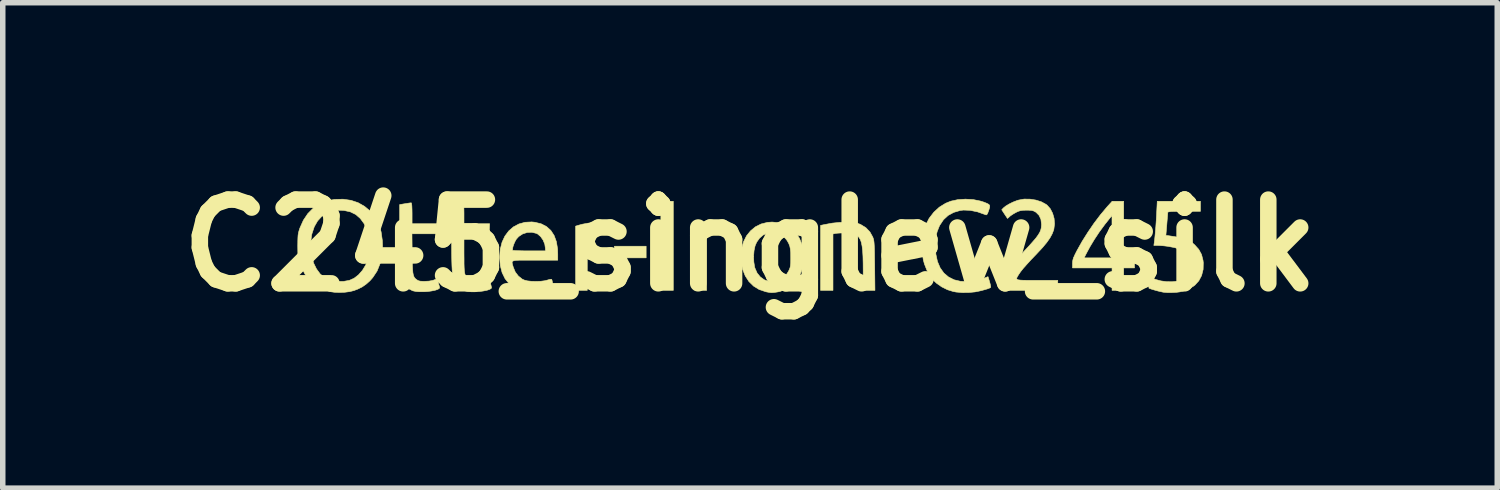
<source format=kicad_pcb>
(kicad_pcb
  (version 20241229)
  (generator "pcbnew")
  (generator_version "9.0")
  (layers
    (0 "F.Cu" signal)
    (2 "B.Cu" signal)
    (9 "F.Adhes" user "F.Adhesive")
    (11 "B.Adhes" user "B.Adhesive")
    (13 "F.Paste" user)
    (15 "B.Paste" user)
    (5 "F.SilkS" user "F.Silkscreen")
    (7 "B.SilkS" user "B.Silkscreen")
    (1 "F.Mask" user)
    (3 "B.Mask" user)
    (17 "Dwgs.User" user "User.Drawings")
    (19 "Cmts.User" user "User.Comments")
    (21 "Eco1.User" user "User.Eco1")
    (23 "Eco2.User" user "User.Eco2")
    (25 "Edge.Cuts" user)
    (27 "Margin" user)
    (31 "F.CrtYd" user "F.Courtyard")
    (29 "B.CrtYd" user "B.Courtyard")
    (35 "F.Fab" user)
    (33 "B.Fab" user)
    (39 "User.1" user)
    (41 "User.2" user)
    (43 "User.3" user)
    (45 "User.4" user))
  (footprint "C245_singlew_silk"
    (layer "F.Cu")
    (at 10.603 1.418)
    (property "Reference" "C245_singlew_silk" (at 0 0 0) (layer "F.SilkS") (effects (font (size 1.524 1.524) (thickness 0.3))))
    (attr through_hole)
    (fp_poly (pts (xy -1.891 0.226) (xy -2.469 0.226) (xy -2.469 0.014) (xy -1.891 0.014) (xy -1.891 0.226)) (stroke (width 0.01) (type solid)) (fill yes) (layer "F.SilkS"))
    (fp_poly (pts (xy -1.397 0.818) (xy -1.623 0.818) (xy -1.623 -0.804) (xy -1.397 -0.804) (xy -1.397 0.818)) (stroke (width 0.01) (type solid)) (fill yes) (layer "F.SilkS"))
    (fp_poly (pts (xy -0.478 -0.419) (xy -0.39 -0.407) (xy -0.344 -0.396) (xy -0.32 -0.385) (xy -0.316 -0.371) (xy -0.316 -0.368) (xy -0.323 -0.339) (xy -0.331 -0.299) (xy -0.332 -0.296) (xy -0.343 -0.242) (xy -0.352 -0.213) (xy -0.361 -0.203) (xy -0.366 -0.204) (xy -0.384 -0.209) (xy -0.423 -0.217) (xy -0.474 -0.226) (xy -0.48 -0.227) (xy -0.558 -0.235) (xy -0.629 -0.233) (xy -0.687 -0.225) (xy -0.79 -0.208) (xy -0.79 0.818) (xy -1.002 0.818) (xy -1.002 -0.351) (xy -0.955 -0.366) (xy -0.845 -0.394) (xy -0.722 -0.413) (xy -0.596 -0.422) (xy -0.478 -0.419)) (stroke (width 0.01) (type solid)) (fill yes) (layer "F.SilkS"))
    (fp_poly (pts (xy -2.694 -0.421) (xy -2.632 -0.416) (xy -2.574 -0.409) (xy -2.525 -0.4) (xy -2.494 -0.39) (xy -2.484 -0.383) (xy -2.489 -0.35) (xy -2.498 -0.308) (xy -2.509 -0.265) (xy -2.52 -0.23) (xy -2.528 -0.211) (xy -2.53 -0.21) (xy -2.548 -0.212) (xy -2.586 -0.217) (xy -2.636 -0.225) (xy -2.64 -0.226) (xy -2.71 -0.235) (xy -2.774 -0.235) (xy -2.849 -0.226) (xy -2.852 -0.226) (xy -2.963 -0.208) (xy -2.963 0.818) (xy -3.175 0.818) (xy -3.175 -0.351) (xy -3.129 -0.366) (xy -3.051 -0.387) (xy -2.958 -0.404) (xy -2.86 -0.417) (xy -2.771 -0.423) (xy -2.753 -0.423) (xy -2.694 -0.421)) (stroke (width 0.01) (type solid)) (fill yes) (layer "F.SilkS"))
    (fp_poly (pts (xy 6.802 0.226) (xy 6.999 0.226) (xy 6.999 0.409) (xy 6.802 0.409) (xy 6.802 0.818) (xy 6.59 0.818) (xy 6.59 0.409) (xy 5.87 0.409) (xy 5.87 0.329) (xy 5.872 0.293) (xy 5.878 0.259) (xy 5.889 0.226) (xy 6.081 0.226) (xy 6.59 0.226) (xy 6.589 -0.159) (xy 6.589 -0.543) (xy 6.553 -0.501) (xy 6.458 -0.382) (xy 6.361 -0.25) (xy 6.269 -0.111) (xy 6.187 0.025) (xy 6.126 0.138) (xy 6.081 0.226) (xy 5.889 0.226) (xy 5.89 0.222) (xy 5.911 0.174) (xy 5.943 0.11) (xy 5.956 0.086) (xy 6.046 -0.075) (xy 6.15 -0.24) (xy 6.262 -0.404) (xy 6.378 -0.557) (xy 6.491 -0.692) (xy 6.512 -0.716) (xy 6.592 -0.804) (xy 6.802 -0.804) (xy 6.802 0.226)) (stroke (width 0.01) (type solid)) (fill yes) (layer "F.SilkS"))
    (fp_poly (pts (xy 1.784 -0.421) (xy 1.859 -0.417) (xy 1.915 -0.412) (xy 1.959 -0.402) (xy 1.999 -0.388) (xy 2.018 -0.379) (xy 2.11 -0.322) (xy 2.183 -0.245) (xy 2.233 -0.155) (xy 2.242 -0.132) (xy 2.249 -0.109) (xy 2.254 -0.082) (xy 2.258 -0.047) (xy 2.261 -0.002) (xy 2.264 0.057) (xy 2.266 0.133) (xy 2.267 0.231) (xy 2.269 0.353) (xy 2.269 0.37) (xy 2.274 0.818) (xy 2.06 0.818) (xy 2.06 0.476) (xy 2.059 0.325) (xy 2.056 0.199) (xy 2.05 0.096) (xy 2.04 0.013) (xy 2.027 -0.053) (xy 2.009 -0.104) (xy 1.986 -0.143) (xy 1.957 -0.173) (xy 1.922 -0.196) (xy 1.916 -0.199) (xy 1.881 -0.214) (xy 1.844 -0.223) (xy 1.796 -0.228) (xy 1.728 -0.228) (xy 1.723 -0.228) (xy 1.659 -0.227) (xy 1.602 -0.224) (xy 1.561 -0.22) (xy 1.549 -0.218) (xy 1.51 -0.209) (xy 1.51 0.818) (xy 1.284 0.818) (xy 1.284 -0.365) (xy 1.355 -0.38) (xy 1.495 -0.406) (xy 1.623 -0.419) (xy 1.752 -0.422) (xy 1.784 -0.421)) (stroke (width 0.01) (type solid)) (fill yes) (layer "F.SilkS"))
    (fp_poly (pts (xy -6.161 -0.762) (xy -6.156 -0.721) (xy -6.153 -0.653) (xy -6.152 -0.586) (xy -6.152 -0.395) (xy -5.701 -0.395) (xy -5.701 -0.212) (xy -6.154 -0.212) (xy -6.15 0.152) (xy -6.148 0.271) (xy -6.146 0.366) (xy -6.142 0.44) (xy -6.137 0.496) (xy -6.129 0.537) (xy -6.118 0.568) (xy -6.104 0.591) (xy -6.085 0.61) (xy -6.064 0.626) (xy -6.038 0.641) (xy -6.005 0.65) (xy -5.957 0.653) (xy -5.916 0.653) (xy -5.843 0.649) (xy -5.782 0.638) (xy -5.754 0.629) (xy -5.72 0.615) (xy -5.698 0.607) (xy -5.696 0.607) (xy -5.69 0.619) (xy -5.68 0.651) (xy -5.674 0.674) (xy -5.663 0.718) (xy -5.653 0.754) (xy -5.65 0.764) (xy -5.658 0.784) (xy -5.688 0.801) (xy -5.737 0.817) (xy -5.799 0.829) (xy -5.87 0.839) (xy -5.944 0.843) (xy -6.016 0.843) (xy -6.082 0.838) (xy -6.137 0.826) (xy -6.139 0.826) (xy -6.218 0.786) (xy -6.282 0.723) (xy -6.33 0.639) (xy -6.361 0.536) (xy -6.363 0.52) (xy -6.367 0.485) (xy -6.37 0.425) (xy -6.373 0.342) (xy -6.375 0.242) (xy -6.377 0.125) (xy -6.378 -0.003) (xy -6.378 -0.141) (xy -6.378 -0.157) (xy -6.378 -0.744) (xy -6.28 -0.76) (xy -6.229 -0.768) (xy -6.189 -0.774) (xy -6.168 -0.776) (xy -6.167 -0.776) (xy -6.161 -0.762)) (stroke (width 0.01) (type solid)) (fill yes) (layer "F.SilkS"))
    (fp_poly (pts (xy -5.215 -0.762) (xy -5.21 -0.721) (xy -5.208 -0.653) (xy -5.207 -0.586) (xy -5.207 -0.395) (xy -4.74 -0.395) (xy -4.744 -0.307) (xy -4.748 -0.219) (xy -4.978 -0.215) (xy -5.207 -0.211) (xy -5.207 0.138) (xy -5.206 0.248) (xy -5.206 0.334) (xy -5.204 0.4) (xy -5.201 0.449) (xy -5.197 0.485) (xy -5.192 0.512) (xy -5.185 0.534) (xy -5.18 0.546) (xy -5.151 0.596) (xy -5.116 0.628) (xy -5.067 0.646) (xy -5 0.653) (xy -4.969 0.653) (xy -4.897 0.649) (xy -4.837 0.638) (xy -4.809 0.629) (xy -4.775 0.615) (xy -4.753 0.607) (xy -4.751 0.607) (xy -4.744 0.619) (xy -4.734 0.651) (xy -4.728 0.674) (xy -4.717 0.718) (xy -4.708 0.754) (xy -4.705 0.764) (xy -4.712 0.783) (xy -4.743 0.801) (xy -4.792 0.817) (xy -4.854 0.829) (xy -4.924 0.839) (xy -4.998 0.843) (xy -5.07 0.844) (xy -5.135 0.838) (xy -5.189 0.827) (xy -5.191 0.826) (xy -5.261 0.791) (xy -5.324 0.736) (xy -5.374 0.668) (xy -5.377 0.661) (xy -5.39 0.633) (xy -5.401 0.6) (xy -5.41 0.559) (xy -5.417 0.509) (xy -5.422 0.447) (xy -5.426 0.37) (xy -5.429 0.275) (xy -5.431 0.16) (xy -5.432 0.022) (xy -5.433 -0.141) (xy -5.433 -0.157) (xy -5.433 -0.744) (xy -5.335 -0.76) (xy -5.284 -0.768) (xy -5.244 -0.774) (xy -5.222 -0.776) (xy -5.222 -0.776) (xy -5.215 -0.762)) (stroke (width 0.01) (type solid)) (fill yes) (layer "F.SilkS"))
    (fp_poly (pts (xy 0.53 -0.414) (xy 0.646 -0.377) (xy 0.747 -0.316) (xy 0.833 -0.233) (xy 0.9 -0.129) (xy 0.945 -0.018) (xy 0.962 0.06) (xy 0.972 0.155) (xy 0.973 0.254) (xy 0.967 0.347) (xy 0.954 0.416) (xy 0.908 0.54) (xy 0.842 0.646) (xy 0.758 0.732) (xy 0.657 0.797) (xy 0.541 0.839) (xy 0.498 0.847) (xy 0.439 0.856) (xy 0.395 0.859) (xy 0.351 0.855) (xy 0.297 0.845) (xy 0.282 0.841) (xy 0.166 0.802) (xy 0.065 0.74) (xy -0.02 0.657) (xy -0.087 0.554) (xy -0.135 0.434) (xy -0.157 0.328) (xy -0.165 0.197) (xy 0.065 0.197) (xy 0.069 0.3) (xy 0.084 0.393) (xy 0.089 0.411) (xy 0.129 0.502) (xy 0.188 0.574) (xy 0.261 0.626) (xy 0.346 0.656) (xy 0.437 0.661) (xy 0.509 0.647) (xy 0.585 0.61) (xy 0.651 0.548) (xy 0.701 0.469) (xy 0.718 0.432) (xy 0.73 0.399) (xy 0.736 0.364) (xy 0.74 0.318) (xy 0.741 0.254) (xy 0.741 0.219) (xy 0.74 0.132) (xy 0.734 0.066) (xy 0.724 0.014) (xy 0.706 -0.033) (xy 0.679 -0.082) (xy 0.665 -0.103) (xy 0.609 -0.165) (xy 0.535 -0.209) (xy 0.451 -0.233) (xy 0.363 -0.234) (xy 0.314 -0.225) (xy 0.24 -0.19) (xy 0.174 -0.134) (xy 0.121 -0.06) (xy 0.092 0.007) (xy 0.073 0.095) (xy 0.065 0.197) (xy -0.165 0.197) (xy -0.166 0.185) (xy -0.152 0.052) (xy -0.117 -0.069) (xy -0.063 -0.176) (xy 0.01 -0.266) (xy 0.098 -0.339) (xy 0.202 -0.391) (xy 0.318 -0.42) (xy 0.402 -0.426) (xy 0.53 -0.414)) (stroke (width 0.01) (type solid)) (fill yes) (layer "F.SilkS"))
    (fp_poly (pts (xy 4.063 -0.835) (xy 4.198 -0.807) (xy 4.255 -0.789) (xy 4.313 -0.766) (xy 4.348 -0.747) (xy 4.363 -0.726) (xy 4.363 -0.697) (xy 4.35 -0.653) (xy 4.345 -0.638) (xy 4.327 -0.589) (xy 4.313 -0.564) (xy 4.299 -0.556) (xy 4.292 -0.558) (xy 4.143 -0.611) (xy 4.008 -0.639) (xy 3.886 -0.644) (xy 3.828 -0.637) (xy 3.708 -0.602) (xy 3.605 -0.546) (xy 3.521 -0.468) (xy 3.455 -0.369) (xy 3.444 -0.347) (xy 3.406 -0.251) (xy 3.383 -0.152) (xy 3.373 -0.041) (xy 3.373 0.006) (xy 3.383 0.159) (xy 3.412 0.293) (xy 3.461 0.408) (xy 3.528 0.502) (xy 3.613 0.574) (xy 3.714 0.625) (xy 3.832 0.653) (xy 3.966 0.658) (xy 4.035 0.652) (xy 4.105 0.641) (xy 4.177 0.624) (xy 4.237 0.606) (xy 4.247 0.602) (xy 4.332 0.568) (xy 4.36 0.659) (xy 4.373 0.707) (xy 4.381 0.745) (xy 4.381 0.763) (xy 4.362 0.775) (xy 4.323 0.79) (xy 4.269 0.806) (xy 4.206 0.823) (xy 4.142 0.837) (xy 4.092 0.846) (xy 3.98 0.857) (xy 3.861 0.858) (xy 3.75 0.848) (xy 3.701 0.839) (xy 3.594 0.806) (xy 3.488 0.753) (xy 3.393 0.686) (xy 3.345 0.641) (xy 3.277 0.555) (xy 3.219 0.45) (xy 3.174 0.336) (xy 3.154 0.261) (xy 3.141 0.175) (xy 3.135 0.073) (xy 3.135 -0.035) (xy 3.14 -0.137) (xy 3.152 -0.224) (xy 3.153 -0.229) (xy 3.196 -0.367) (xy 3.26 -0.493) (xy 3.345 -0.604) (xy 3.446 -0.697) (xy 3.561 -0.768) (xy 3.655 -0.806) (xy 3.783 -0.834) (xy 3.922 -0.843) (xy 4.063 -0.835)) (stroke (width 0.01) (type solid)) (fill yes) (layer "F.SilkS"))
    (fp_poly (pts (xy 5.096 -0.843) (xy 5.204 -0.826) (xy 5.304 -0.794) (xy 5.388 -0.748) (xy 5.407 -0.734) (xy 5.465 -0.669) (xy 5.508 -0.586) (xy 5.535 -0.492) (xy 5.543 -0.393) (xy 5.531 -0.297) (xy 5.527 -0.281) (xy 5.5 -0.211) (xy 5.459 -0.136) (xy 5.402 -0.055) (xy 5.326 0.037) (xy 5.229 0.141) (xy 5.216 0.155) (xy 5.116 0.259) (xy 5.036 0.347) (xy 4.972 0.419) (xy 4.924 0.48) (xy 4.889 0.531) (xy 4.885 0.538) (xy 4.868 0.566) (xy 4.857 0.588) (xy 4.854 0.605) (xy 4.861 0.617) (xy 4.883 0.626) (xy 4.921 0.631) (xy 4.977 0.634) (xy 5.055 0.635) (xy 5.157 0.635) (xy 5.228 0.635) (xy 5.602 0.635) (xy 5.602 0.818) (xy 4.611 0.818) (xy 4.617 0.712) (xy 4.623 0.652) (xy 4.635 0.601) (xy 4.655 0.547) (xy 4.683 0.488) (xy 4.704 0.448) (xy 4.726 0.41) (xy 4.754 0.371) (xy 4.788 0.327) (xy 4.834 0.274) (xy 4.892 0.21) (xy 4.966 0.13) (xy 4.99 0.104) (xy 5.079 0.009) (xy 5.149 -0.07) (xy 5.204 -0.134) (xy 5.244 -0.189) (xy 5.273 -0.236) (xy 5.291 -0.278) (xy 5.301 -0.32) (xy 5.305 -0.363) (xy 5.306 -0.385) (xy 5.295 -0.475) (xy 5.262 -0.547) (xy 5.208 -0.602) (xy 5.197 -0.609) (xy 5.164 -0.627) (xy 5.128 -0.637) (xy 5.081 -0.641) (xy 5.031 -0.642) (xy 4.967 -0.64) (xy 4.92 -0.633) (xy 4.878 -0.619) (xy 4.84 -0.601) (xy 4.791 -0.573) (xy 4.747 -0.544) (xy 4.725 -0.526) (xy 4.687 -0.491) (xy 4.634 -0.57) (xy 4.582 -0.65) (xy 4.613 -0.683) (xy 4.655 -0.717) (xy 4.716 -0.754) (xy 4.787 -0.789) (xy 4.862 -0.818) (xy 4.889 -0.826) (xy 4.988 -0.844) (xy 5.096 -0.843)) (stroke (width 0.01) (type solid)) (fill yes) (layer "F.SilkS"))
    (fp_poly (pts (xy 8.199 -0.621) (xy 7.902 -0.621) (xy 7.798 -0.62) (xy 7.72 -0.619) (xy 7.664 -0.617) (xy 7.628 -0.613) (xy 7.609 -0.608) (xy 7.605 -0.603) (xy 7.603 -0.583) (xy 7.6 -0.541) (xy 7.595 -0.482) (xy 7.589 -0.411) (xy 7.587 -0.385) (xy 7.57 -0.183) (xy 7.613 -0.178) (xy 7.731 -0.16) (xy 7.827 -0.142) (xy 7.903 -0.122) (xy 7.966 -0.098) (xy 8.02 -0.069) (xy 8.069 -0.033) (xy 8.094 -0.011) (xy 8.169 0.073) (xy 8.219 0.165) (xy 8.246 0.271) (xy 8.251 0.314) (xy 8.248 0.437) (xy 8.22 0.548) (xy 8.169 0.644) (xy 8.096 0.724) (xy 8.001 0.787) (xy 7.887 0.831) (xy 7.826 0.845) (xy 7.757 0.854) (xy 7.676 0.858) (xy 7.597 0.858) (xy 7.53 0.852) (xy 7.521 0.851) (xy 7.48 0.842) (xy 7.428 0.83) (xy 7.373 0.815) (xy 7.322 0.8) (xy 7.283 0.787) (xy 7.262 0.778) (xy 7.261 0.777) (xy 7.261 0.759) (xy 7.266 0.723) (xy 7.275 0.68) (xy 7.285 0.638) (xy 7.295 0.607) (xy 7.3 0.598) (xy 7.316 0.598) (xy 7.35 0.607) (xy 7.39 0.621) (xy 7.477 0.645) (xy 7.578 0.659) (xy 7.68 0.661) (xy 7.774 0.651) (xy 7.811 0.643) (xy 7.897 0.605) (xy 7.963 0.549) (xy 8.006 0.477) (xy 8.025 0.391) (xy 8.023 0.318) (xy 8.002 0.236) (xy 7.964 0.169) (xy 7.907 0.114) (xy 7.827 0.071) (xy 7.725 0.038) (xy 7.599 0.015) (xy 7.535 0.007) (xy 7.469 0.002) (xy 7.425 0.00028) (xy 7.351 0) (xy 7.358 -0.046) (xy 7.364 -0.093) (xy 7.371 -0.162) (xy 7.379 -0.248) (xy 7.387 -0.344) (xy 7.394 -0.447) (xy 7.4 -0.548) (xy 7.403 -0.61) (xy 7.413 -0.804) (xy 8.199 -0.804) (xy 8.199 -0.621)) (stroke (width 0.01) (type solid)) (fill yes) (layer "F.SilkS"))
    (fp_poly (pts (xy -7.408 -0.842) (xy -7.263 -0.821) (xy -7.134 -0.778) (xy -7.018 -0.712) (xy -6.92 -0.63) (xy -6.83 -0.519) (xy -6.762 -0.393) (xy -6.716 -0.249) (xy -6.693 -0.089) (xy -6.689 0.007) (xy -6.7 0.177) (xy -6.734 0.33) (xy -6.789 0.466) (xy -6.868 0.585) (xy -6.92 0.644) (xy -6.99 0.706) (xy -7.059 0.754) (xy -7.139 0.794) (xy -7.21 0.821) (xy -7.285 0.84) (xy -7.377 0.852) (xy -7.475 0.856) (xy -7.569 0.852) (xy -7.643 0.841) (xy -7.783 0.795) (xy -7.906 0.728) (xy -8.012 0.638) (xy -8.1 0.526) (xy -8.17 0.393) (xy -8.194 0.33) (xy -8.209 0.284) (xy -8.22 0.244) (xy -8.227 0.203) (xy -8.231 0.154) (xy -8.232 0.09) (xy -8.233 0.007) (xy -8.232 -0.055) (xy -7.998 -0.055) (xy -7.997 0.079) (xy -7.978 0.206) (xy -7.943 0.324) (xy -7.891 0.429) (xy -7.826 0.517) (xy -7.747 0.584) (xy -7.717 0.601) (xy -7.623 0.637) (xy -7.515 0.655) (xy -7.403 0.655) (xy -7.296 0.636) (xy -7.293 0.635) (xy -7.207 0.597) (xy -7.127 0.535) (xy -7.055 0.453) (xy -6.997 0.357) (xy -6.963 0.275) (xy -6.947 0.204) (xy -6.938 0.116) (xy -6.934 0.018) (xy -6.937 -0.082) (xy -6.946 -0.174) (xy -6.961 -0.25) (xy -6.969 -0.274) (xy -7.024 -0.395) (xy -7.094 -0.491) (xy -7.178 -0.564) (xy -7.277 -0.612) (xy -7.391 -0.637) (xy -7.472 -0.641) (xy -7.595 -0.627) (xy -7.703 -0.59) (xy -7.796 -0.529) (xy -7.872 -0.446) (xy -7.932 -0.341) (xy -7.974 -0.215) (xy -7.98 -0.19) (xy -7.998 -0.055) (xy -8.232 -0.055) (xy -8.232 -0.077) (xy -8.23 -0.141) (xy -8.227 -0.189) (xy -8.22 -0.23) (xy -8.209 -0.271) (xy -8.194 -0.317) (xy -8.131 -0.458) (xy -8.05 -0.579) (xy -7.951 -0.679) (xy -7.836 -0.756) (xy -7.707 -0.809) (xy -7.566 -0.838) (xy -7.413 -0.842) (xy -7.408 -0.842)) (stroke (width 0.01) (type solid)) (fill yes) (layer "F.SilkS"))
    (fp_poly (pts (xy -3.916 -0.422) (xy -3.802 -0.394) (xy -3.705 -0.344) (xy -3.626 -0.273) (xy -3.566 -0.181) (xy -3.525 -0.069) (xy -3.503 0.064) (xy -3.5 0.156) (xy -3.5 0.268) (xy -3.916 0.268) (xy -4.038 0.268) (xy -4.135 0.268) (xy -4.209 0.269) (xy -4.262 0.272) (xy -4.299 0.278) (xy -4.321 0.287) (xy -4.33 0.301) (xy -4.33 0.321) (xy -4.324 0.347) (xy -4.314 0.381) (xy -4.309 0.398) (xy -4.273 0.484) (xy -4.217 0.557) (xy -4.148 0.612) (xy -4.11 0.63) (xy -4.052 0.645) (xy -3.977 0.653) (xy -3.892 0.655) (xy -3.808 0.652) (xy -3.733 0.642) (xy -3.684 0.629) (xy -3.645 0.618) (xy -3.618 0.615) (xy -3.611 0.617) (xy -3.604 0.636) (xy -3.596 0.674) (xy -3.591 0.707) (xy -3.581 0.787) (xy -3.65 0.812) (xy -3.697 0.824) (xy -3.759 0.833) (xy -3.843 0.839) (xy -3.909 0.842) (xy -3.992 0.843) (xy -4.053 0.842) (xy -4.101 0.838) (xy -4.141 0.831) (xy -4.181 0.82) (xy -4.184 0.818) (xy -4.294 0.768) (xy -4.386 0.696) (xy -4.459 0.605) (xy -4.513 0.494) (xy -4.546 0.366) (xy -4.558 0.22) (xy -4.558 0.208) (xy -4.547 0.068) (xy -4.545 0.063) (xy -4.324 0.063) (xy -4.323 0.088) (xy -4.323 0.088) (xy -4.307 0.091) (xy -4.268 0.094) (xy -4.209 0.096) (xy -4.134 0.098) (xy -4.049 0.099) (xy -4.021 0.099) (xy -3.725 0.099) (xy -3.725 0.055) (xy -3.736 -0.023) (xy -3.767 -0.098) (xy -3.812 -0.162) (xy -3.867 -0.209) (xy -3.89 -0.22) (xy -3.972 -0.24) (xy -4.057 -0.236) (xy -4.139 -0.21) (xy -4.21 -0.163) (xy -4.253 -0.116) (xy -4.276 -0.076) (xy -4.298 -0.027) (xy -4.315 0.022) (xy -4.324 0.063) (xy -4.545 0.063) (xy -4.514 -0.059) (xy -4.462 -0.17) (xy -4.392 -0.264) (xy -4.307 -0.338) (xy -4.207 -0.391) (xy -4.095 -0.422) (xy -3.973 -0.428) (xy -3.916 -0.422)) (stroke (width 0.01) (type solid)) (fill yes) (layer "F.SilkS")))
  (gr_rect
    (start -3 -3)
    (end 24.205 5.836)
    (stroke (width 0.1) (type default))
    (fill no)
    (layer "Edge.Cuts")))
</source>
